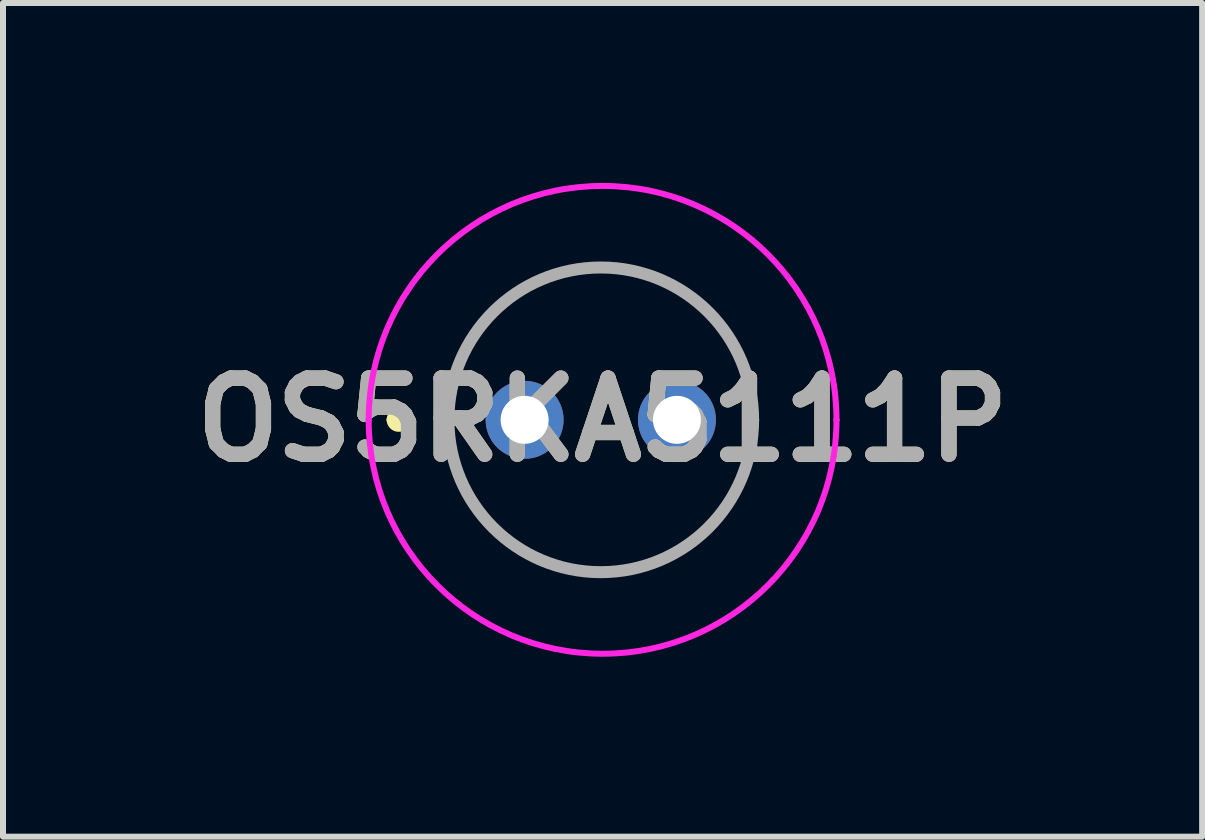
<source format=kicad_pcb>
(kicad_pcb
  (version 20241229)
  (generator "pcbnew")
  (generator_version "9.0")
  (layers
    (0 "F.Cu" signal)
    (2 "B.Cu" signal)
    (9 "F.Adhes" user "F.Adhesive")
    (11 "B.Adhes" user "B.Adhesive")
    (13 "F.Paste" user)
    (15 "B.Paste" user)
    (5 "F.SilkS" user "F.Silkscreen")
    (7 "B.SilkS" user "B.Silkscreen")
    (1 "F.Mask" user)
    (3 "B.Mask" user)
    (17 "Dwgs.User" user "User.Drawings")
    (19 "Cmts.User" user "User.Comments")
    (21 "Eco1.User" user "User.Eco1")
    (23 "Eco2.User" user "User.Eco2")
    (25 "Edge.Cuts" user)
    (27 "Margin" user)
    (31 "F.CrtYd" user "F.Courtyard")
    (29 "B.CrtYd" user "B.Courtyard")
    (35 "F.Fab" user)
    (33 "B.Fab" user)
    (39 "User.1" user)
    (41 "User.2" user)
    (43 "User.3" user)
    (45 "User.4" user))
  (footprint "OS5RKA5111P"
    (layer "F.Cu")
    (at 5.697 3.95)
    (property "Reference" "OS5RKA5111P" (at 1.3 0 0) (layer "F.SilkS") (effects (font (size 1.27 1.27) (thickness 0.254))))
    (attr through_hole)
    (fp_line (start -2.2 0) (end -2.2 0) (stroke (width 0.2) (type solid)) (layer "F.SilkS"))
    (fp_line (start -2 0) (end -2 0) (stroke (width 0.2) (type solid)) (layer "F.SilkS"))
    (fp_line (start -1.27 0) (end -1.27 0) (stroke (width 0.1) (type solid)) (layer "F.SilkS"))
    (fp_line (start 3.81 0) (end 3.81 0) (stroke (width 0.1) (type solid)) (layer "F.SilkS"))
    (fp_arc (start -2.2 0) (mid -2.1 -0.1) (end -2 0) (stroke (width 0.2) (type solid)) (layer "F.SilkS"))
    (fp_arc (start -2 0) (mid -2.1 0.1) (end -2.2 0) (stroke (width 0.2) (type solid)) (layer "F.SilkS"))
    (fp_arc (start -1.27 0) (mid 1.27 -2.54) (end 3.81 0) (stroke (width 0.1) (type solid)) (layer "F.SilkS"))
    (fp_arc (start 3.81 0) (mid 1.27 2.54) (end -1.27 0) (stroke (width 0.1) (type solid)) (layer "F.SilkS"))
    (fp_line (start -2.6 0) (end -2.6 0) (stroke (width 0.1) (type solid)) (layer "F.CrtYd"))
    (fp_line (start 5.2 0) (end 5.2 0) (stroke (width 0.1) (type solid)) (layer "F.CrtYd"))
    (fp_arc (start -2.6 0) (mid 1.3 -3.9) (end 5.2 0) (stroke (width 0.1) (type solid)) (layer "F.CrtYd"))
    (fp_arc (start 5.2 0) (mid 1.3 3.9) (end -2.6 0) (stroke (width 0.1) (type solid)) (layer "F.CrtYd"))
    (fp_line (start -1.27 0) (end -1.27 0) (stroke (width 0.2) (type solid)) (layer "F.Fab"))
    (fp_line (start 3.81 0) (end 3.81 0) (stroke (width 0.2) (type solid)) (layer "F.Fab"))
    (fp_arc (start -1.27 0) (mid 1.27 -2.54) (end 3.81 0) (stroke (width 0.2) (type solid)) (layer "F.Fab"))
    (fp_arc (start 3.81 0) (mid 1.27 2.54) (end -1.27 0) (stroke (width 0.2) (type solid)) (layer "F.Fab"))
    (fp_text user "${REFERENCE}" (at 1.3 0 0) (layer "F.Fab") (effects (font (size 1.27 1.27) (thickness 0.254))))
    (pad "1" thru_hole circle (at 0 0) (size 1.3 1.3) (drill 0.8) (layers "*.Cu" "*.Mask"))
    (pad "2" thru_hole circle (at 2.54 0) (size 1.3 1.3) (drill 0.8) (layers "*.Cu" "*.Mask")))
  (gr_rect
    (start -3 -3)
    (end 16.994 10.9)
    (stroke (width 0.1) (type default))
    (fill no)
    (layer "Edge.Cuts")))
</source>
